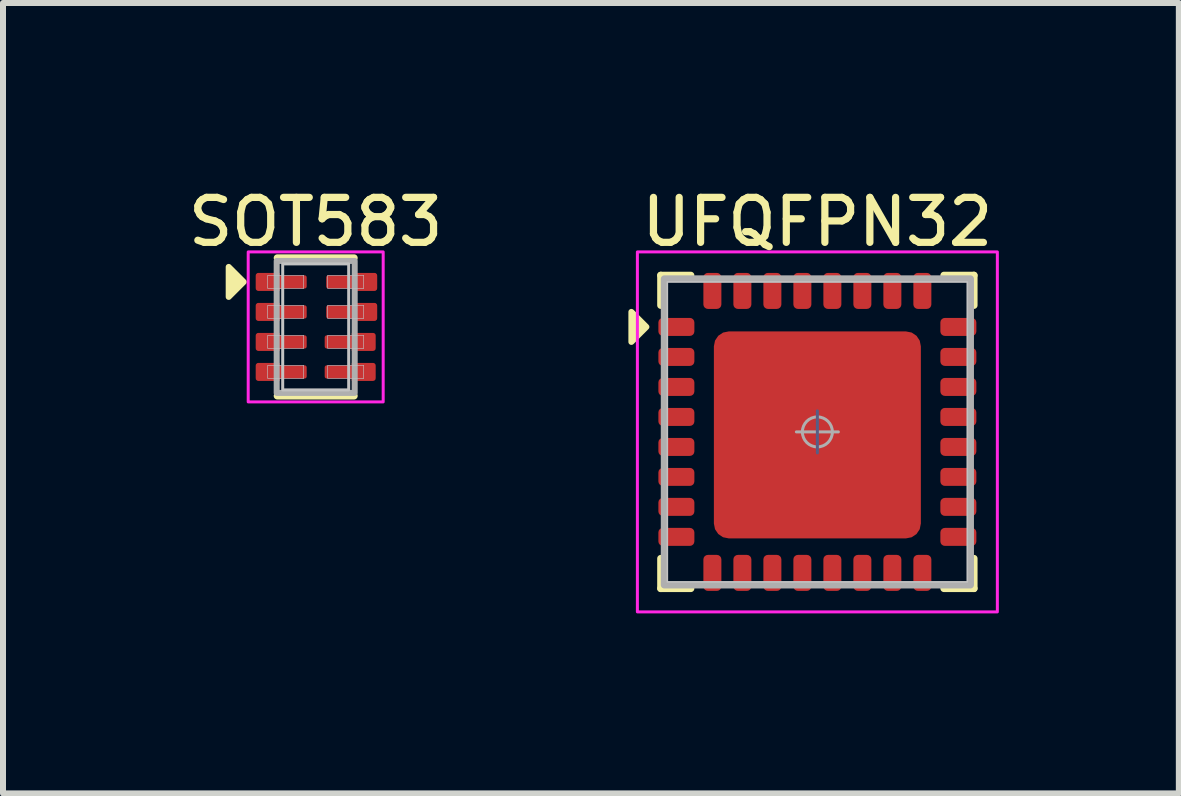
<source format=kicad_pcb>
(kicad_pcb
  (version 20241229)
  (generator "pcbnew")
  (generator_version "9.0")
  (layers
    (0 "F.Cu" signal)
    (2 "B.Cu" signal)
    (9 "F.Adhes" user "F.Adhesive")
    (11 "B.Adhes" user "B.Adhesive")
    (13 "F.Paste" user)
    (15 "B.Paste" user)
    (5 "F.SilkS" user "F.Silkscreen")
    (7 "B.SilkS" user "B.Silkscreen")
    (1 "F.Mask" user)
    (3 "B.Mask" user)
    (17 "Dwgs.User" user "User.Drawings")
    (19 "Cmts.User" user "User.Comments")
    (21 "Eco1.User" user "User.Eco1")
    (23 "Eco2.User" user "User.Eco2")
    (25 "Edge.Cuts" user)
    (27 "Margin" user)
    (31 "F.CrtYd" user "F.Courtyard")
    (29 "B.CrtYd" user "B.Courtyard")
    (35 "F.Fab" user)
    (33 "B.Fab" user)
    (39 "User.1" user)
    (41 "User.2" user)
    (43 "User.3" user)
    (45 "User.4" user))
  (footprint "SOT583"
    (layer "F.Cu")
    (at 2.212 2.399)
    (property "Reference" "SOT583" (at 0 -1.75 0) (unlocked yes) (layer "F.SilkS") (effects (font (size 0.75 0.75) (thickness 0.12))))
    (attr smd)
    (fp_line (start 0.64 -1.15) (end -0.64 -1.15) (stroke (width 0.12) (type solid)) (layer "F.SilkS"))
    (fp_line (start 0.64 1.15) (end -0.64 1.15) (stroke (width 0.12) (type solid)) (layer "F.SilkS"))
    (fp_poly (pts (xy -1.2 -0.75) (xy -1.45 -0.5) (xy -1.45 -1)) (stroke (width 0.1) (type solid)) (fill yes) (layer "F.SilkS"))
    (fp_rect (start -0.8 -0.86) (end -0.2 -0.64) (stroke (width 0.01) (type solid)) (fill no) (layer "Dwgs.User"))
    (fp_rect (start -0.8 -0.36) (end -0.2 -0.14) (stroke (width 0.01) (type solid)) (fill no) (layer "Dwgs.User"))
    (fp_rect (start -0.8 0.14) (end -0.2 0.36) (stroke (width 0.01) (type solid)) (fill no) (layer "Dwgs.User"))
    (fp_rect (start -0.8 0.64) (end -0.2 0.86) (stroke (width 0.01) (type solid)) (fill no) (layer "Dwgs.User"))
    (fp_rect (start -0.55 -1.05) (end 0.55 1.05) (stroke (width 0.05) (type solid)) (fill no) (layer "Dwgs.User"))
    (fp_rect (start 0.2 -0.86) (end 0.8 -0.64) (stroke (width 0.01) (type solid)) (fill no) (layer "Dwgs.User"))
    (fp_rect (start 0.2 -0.36) (end 0.8 -0.14) (stroke (width 0.01) (type solid)) (fill no) (layer "Dwgs.User"))
    (fp_rect (start 0.2 0.14) (end 0.8 0.36) (stroke (width 0.01) (type solid)) (fill no) (layer "Dwgs.User"))
    (fp_rect (start 0.2 0.64) (end 0.8 0.86) (stroke (width 0.01) (type solid)) (fill no) (layer "Dwgs.User"))
    (fp_rect (start -1.125 -1.25) (end 1.125 1.25) (stroke (width 0.05) (type default)) (fill no) (layer "F.CrtYd"))
    (fp_rect (start -0.65 -1.1) (end 0.65 1.1) (stroke (width 0.1) (type solid)) (fill no) (layer "F.Fab"))
    (pad "1" smd custom (at -0.575 -0.75) (size 0.22 0.22) (layers "F.Cu" "F.Mask" "F.Paste") (options (anchor circle)) (primitives (gr_poly (pts (xy -0.425 -0.077) (xy -0.422 -0.09) (xy -0.415 -0.1) (xy -0.405 -0.107) (xy -0.392 -0.11) (xy 0.392 -0.11) (xy 0.405 -0.107) (xy 0.415 -0.1) (xy 0.422 -0.09) (xy 0.425 -0.077) (xy 0.425 0.077) (xy 0.422 0.09) (xy 0.415 0.1) (xy 0.405 0.107) (xy 0.392 0.11) (xy -0.392 0.11) (xy -0.405 0.107) (xy -0.415 0.1) (xy -0.422 0.09) (xy -0.425 0.077)) (width 0) (fill yes)) (gr_circle (center -0.385 0.11) (end -0.425 0.11) (width 0) (fill yes)) (gr_circle (center -0.385 -0.11) (end -0.425 -0.11) (width 0) (fill yes)) (gr_poly (pts (xy -0.425 0.11) (xy -0.425 -0.11) (xy -0.385 -0.15) (xy -0.025 -0.15) (xy -0.025 0.15) (xy -0.385 0.15)) (width 0) (fill yes))))
    (pad "2" smd custom (at -0.575 -0.25) (size 0.22 0.22) (layers "F.Cu" "F.Mask" "F.Paste") (options (anchor circle)) (primitives (gr_poly (pts (xy -0.425 -0.077) (xy -0.422 -0.09) (xy -0.415 -0.1) (xy -0.405 -0.107) (xy -0.392 -0.11) (xy 0.392 -0.11) (xy 0.405 -0.107) (xy 0.415 -0.1) (xy 0.422 -0.09) (xy 0.425 -0.077) (xy 0.425 0.077) (xy 0.422 0.09) (xy 0.415 0.1) (xy 0.405 0.107) (xy 0.392 0.11) (xy -0.392 0.11) (xy -0.405 0.107) (xy -0.415 0.1) (xy -0.422 0.09) (xy -0.425 0.077)) (width 0) (fill yes)) (gr_circle (center -0.385 0.11) (end -0.425 0.11) (width 0) (fill yes)) (gr_circle (center -0.385 -0.11) (end -0.425 -0.11) (width 0) (fill yes)) (gr_poly (pts (xy -0.425 0.11) (xy -0.425 -0.11) (xy -0.385 -0.15) (xy -0.025 -0.15) (xy -0.025 0.15) (xy -0.385 0.15)) (width 0) (fill yes))))
    (pad "3" smd custom (at -0.575 0.25) (size 0.22 0.22) (layers "F.Cu" "F.Mask" "F.Paste") (options (anchor circle)) (primitives (gr_poly (pts (xy -0.425 -0.077) (xy -0.422 -0.09) (xy -0.415 -0.1) (xy -0.405 -0.107) (xy -0.392 -0.11) (xy 0.392 -0.11) (xy 0.405 -0.107) (xy 0.415 -0.1) (xy 0.422 -0.09) (xy 0.425 -0.077) (xy 0.425 0.077) (xy 0.422 0.09) (xy 0.415 0.1) (xy 0.405 0.107) (xy 0.392 0.11) (xy -0.392 0.11) (xy -0.405 0.107) (xy -0.415 0.1) (xy -0.422 0.09) (xy -0.425 0.077)) (width 0) (fill yes)) (gr_circle (center -0.385 0.11) (end -0.425 0.11) (width 0) (fill yes)) (gr_circle (center -0.385 -0.11) (end -0.425 -0.11) (width 0) (fill yes)) (gr_poly (pts (xy -0.425 0.11) (xy -0.425 -0.11) (xy -0.385 -0.15) (xy -0.025 -0.15) (xy -0.025 0.15) (xy -0.385 0.15)) (width 0) (fill yes))))
    (pad "4" smd custom (at -0.575 0.75) (size 0.22 0.22) (layers "F.Cu" "F.Mask" "F.Paste") (options (anchor circle)) (primitives (gr_poly (pts (xy -0.425 -0.077) (xy -0.422 -0.09) (xy -0.415 -0.1) (xy -0.405 -0.107) (xy -0.392 -0.11) (xy 0.392 -0.11) (xy 0.405 -0.107) (xy 0.415 -0.1) (xy 0.422 -0.09) (xy 0.425 -0.077) (xy 0.425 0.077) (xy 0.422 0.09) (xy 0.415 0.1) (xy 0.405 0.107) (xy 0.392 0.11) (xy -0.392 0.11) (xy -0.405 0.107) (xy -0.415 0.1) (xy -0.422 0.09) (xy -0.425 0.077)) (width 0) (fill yes)) (gr_circle (center -0.385 0.11) (end -0.425 0.11) (width 0) (fill yes)) (gr_circle (center -0.385 -0.11) (end -0.425 -0.11) (width 0) (fill yes)) (gr_poly (pts (xy -0.425 0.11) (xy -0.425 -0.11) (xy -0.385 -0.15) (xy -0.025 -0.15) (xy -0.025 0.15) (xy -0.385 0.15)) (width 0) (fill yes))))
    (pad "5" smd custom (at 0.575 0.75 180) (size 0.22 0.22) (layers "F.Cu" "F.Mask" "F.Paste") (options (anchor circle)) (primitives (gr_poly (pts (xy -0.425 -0.077) (xy -0.422 -0.09) (xy -0.415 -0.1) (xy -0.405 -0.107) (xy -0.392 -0.11) (xy 0.392 -0.11) (xy 0.405 -0.107) (xy 0.415 -0.1) (xy 0.422 -0.09) (xy 0.425 -0.077) (xy 0.425 0.077) (xy 0.422 0.09) (xy 0.415 0.1) (xy 0.405 0.107) (xy 0.392 0.11) (xy -0.392 0.11) (xy -0.405 0.107) (xy -0.415 0.1) (xy -0.422 0.09) (xy -0.425 0.077)) (width 0) (fill yes)) (gr_circle (center -0.385 0.11) (end -0.425 0.11) (width 0) (fill yes)) (gr_circle (center -0.385 -0.11) (end -0.425 -0.11) (width 0) (fill yes)) (gr_poly (pts (xy -0.425 0.11) (xy -0.425 -0.11) (xy -0.385 -0.15) (xy -0.025 -0.15) (xy -0.025 0.15) (xy -0.385 0.15)) (width 0) (fill yes))))
    (pad "6" smd custom (at 0.575 0.25 180) (size 0.22 0.22) (layers "F.Cu" "F.Mask" "F.Paste") (options (anchor circle)) (primitives (gr_poly (pts (xy -0.425 -0.077) (xy -0.422 -0.09) (xy -0.415 -0.1) (xy -0.405 -0.107) (xy -0.392 -0.11) (xy 0.392 -0.11) (xy 0.405 -0.107) (xy 0.415 -0.1) (xy 0.422 -0.09) (xy 0.425 -0.077) (xy 0.425 0.077) (xy 0.422 0.09) (xy 0.415 0.1) (xy 0.405 0.107) (xy 0.392 0.11) (xy -0.392 0.11) (xy -0.405 0.107) (xy -0.415 0.1) (xy -0.422 0.09) (xy -0.425 0.077)) (width 0) (fill yes)) (gr_circle (center -0.385 0.11) (end -0.425 0.11) (width 0) (fill yes)) (gr_circle (center -0.385 -0.11) (end -0.425 -0.11) (width 0) (fill yes)) (gr_poly (pts (xy -0.425 0.11) (xy -0.425 -0.11) (xy -0.385 -0.15) (xy -0.025 -0.15) (xy -0.025 0.15) (xy -0.385 0.15)) (width 0) (fill yes))))
    (pad "7" smd custom (at 0.6 -0.25 180) (size 0.22 0.22) (layers "F.Cu" "F.Mask" "F.Paste") (options (anchor circle)) (primitives (gr_poly (pts (xy -0.425 -0.077) (xy -0.422 -0.09) (xy -0.415 -0.1) (xy -0.405 -0.107) (xy -0.392 -0.11) (xy 0.392 -0.11) (xy 0.405 -0.107) (xy 0.415 -0.1) (xy 0.422 -0.09) (xy 0.425 -0.077) (xy 0.425 0.077) (xy 0.422 0.09) (xy 0.415 0.1) (xy 0.405 0.107) (xy 0.392 0.11) (xy -0.392 0.11) (xy -0.405 0.107) (xy -0.415 0.1) (xy -0.422 0.09) (xy -0.425 0.077)) (width 0) (fill yes)) (gr_circle (center -0.385 0.11) (end -0.425 0.11) (width 0) (fill yes)) (gr_circle (center -0.385 -0.11) (end -0.425 -0.11) (width 0) (fill yes)) (gr_poly (pts (xy -0.425 0.11) (xy -0.425 -0.11) (xy -0.385 -0.15) (xy -0.025 -0.15) (xy -0.025 0.15) (xy -0.385 0.15)) (width 0) (fill yes))))
    (pad "8" smd custom (at 0.6 -0.75 180) (size 0.22 0.22) (layers "F.Cu" "F.Mask" "F.Paste") (options (anchor circle)) (primitives (gr_poly (pts (xy -0.425 -0.077) (xy -0.422 -0.09) (xy -0.415 -0.1) (xy -0.405 -0.107) (xy -0.392 -0.11) (xy 0.392 -0.11) (xy 0.405 -0.107) (xy 0.415 -0.1) (xy 0.422 -0.09) (xy 0.425 -0.077) (xy 0.425 0.077) (xy 0.422 0.09) (xy 0.415 0.1) (xy 0.405 0.107) (xy 0.392 0.11) (xy -0.392 0.11) (xy -0.405 0.107) (xy -0.415 0.1) (xy -0.422 0.09) (xy -0.425 0.077)) (width 0) (fill yes)) (gr_circle (center -0.385 0.11) (end -0.425 0.11) (width 0) (fill yes)) (gr_circle (center -0.385 -0.11) (end -0.425 -0.11) (width 0) (fill yes)) (gr_poly (pts (xy -0.425 0.11) (xy -0.425 -0.11) (xy -0.385 -0.15) (xy -0.025 -0.15) (xy -0.025 0.15) (xy -0.385 0.15)) (width 0) (fill yes)))))
  (footprint "UFQFPN32"
    (layer "F.Cu")
    (at 10.574 4.149)
    (property "Reference" "UFQFPN32" (at 0 -3.5 0) (unlocked yes) (layer "F.SilkS") (effects (font (size 0.75 0.75) (thickness 0.12))))
    (attr smd)
    (fp_line (start -2.61 -2.61) (end -2.61 -2.11) (stroke (width 0.12) (type solid)) (layer "F.SilkS"))
    (fp_line (start -2.61 -2.61) (end -2.11 -2.61) (stroke (width 0.12) (type solid)) (layer "F.SilkS"))
    (fp_line (start -2.61 2.61) (end -2.61 2.11) (stroke (width 0.12) (type solid)) (layer "F.SilkS"))
    (fp_line (start -2.61 2.61) (end -2.11 2.61) (stroke (width 0.12) (type solid)) (layer "F.SilkS"))
    (fp_line (start 2.61 -2.61) (end 2.11 -2.61) (stroke (width 0.12) (type solid)) (layer "F.SilkS"))
    (fp_line (start 2.61 -2.61) (end 2.61 -2.11) (stroke (width 0.12) (type solid)) (layer "F.SilkS"))
    (fp_line (start 2.61 2.61) (end 2.11 2.61) (stroke (width 0.12) (type solid)) (layer "F.SilkS"))
    (fp_line (start 2.61 2.61) (end 2.61 2.11) (stroke (width 0.12) (type solid)) (layer "F.SilkS"))
    (fp_poly (pts (xy -2.85 -1.75) (xy -3.1 -1.5) (xy -3.1 -2)) (stroke (width 0.1) (type solid)) (fill yes) (layer "F.SilkS"))
    (fp_rect (start -2.5 -2.5) (end 2.5 2.5) (stroke (width 0.025) (type default)) (fill no) (layer "Dwgs.User"))
    (fp_rect (start -3 -3) (end 3 3) (stroke (width 0.05) (type default)) (fill no) (layer "F.CrtYd"))
    (fp_line (start 0 -0.35) (end 0 0.35) (stroke (width 0.05) (type solid)) (layer "B.Fab"))
    (fp_line (start 0.35 0) (end -0.35 0) (stroke (width 0.05) (type solid)) (layer "F.Fab"))
    (fp_rect (start -2.55 -2.55) (end 2.55 2.55) (stroke (width 0.12) (type default)) (fill no) (layer "F.Fab"))
    (fp_circle (center 0 0) (end 0.25 0) (stroke (width 0.05) (type solid)) (fill no) (layer "F.Fab"))
    (pad "1" smd roundrect (at -2.35 -1.75) (size 0.6 0.3) (layers "F.Cu" "F.Mask" "F.Paste") (roundrect_rratio 0.25))
    (pad "2" smd roundrect (at -2.35 -1.25) (size 0.6 0.3) (layers "F.Cu" "F.Mask" "F.Paste") (roundrect_rratio 0.25))
    (pad "3" smd roundrect (at -2.35 -0.75) (size 0.6 0.3) (layers "F.Cu" "F.Mask" "F.Paste") (roundrect_rratio 0.25))
    (pad "4" smd roundrect (at -2.35 -0.25) (size 0.6 0.3) (layers "F.Cu" "F.Mask" "F.Paste") (roundrect_rratio 0.25))
    (pad "5" smd roundrect (at -2.35 0.25) (size 0.6 0.3) (layers "F.Cu" "F.Mask" "F.Paste") (roundrect_rratio 0.25))
    (pad "6" smd roundrect (at -2.35 0.75) (size 0.6 0.3) (layers "F.Cu" "F.Mask" "F.Paste") (roundrect_rratio 0.25))
    (pad "7" smd roundrect (at -2.35 1.25) (size 0.6 0.3) (layers "F.Cu" "F.Mask" "F.Paste") (roundrect_rratio 0.25))
    (pad "8" smd roundrect (at -2.35 1.75) (size 0.6 0.3) (layers "F.Cu" "F.Mask" "F.Paste") (roundrect_rratio 0.25))
    (pad "9" smd roundrect (at -1.75 2.35 270) (size 0.6 0.3) (layers "F.Cu" "F.Mask" "F.Paste") (roundrect_rratio 0.25))
    (pad "10" smd roundrect (at -1.25 2.35 270) (size 0.6 0.3) (layers "F.Cu" "F.Mask" "F.Paste") (roundrect_rratio 0.25))
    (pad "11" smd roundrect (at -0.75 2.35 270) (size 0.6 0.3) (layers "F.Cu" "F.Mask" "F.Paste") (roundrect_rratio 0.25))
    (pad "12" smd roundrect (at -0.25 2.35 270) (size 0.6 0.3) (layers "F.Cu" "F.Mask" "F.Paste") (roundrect_rratio 0.25))
    (pad "13" smd roundrect (at 0.25 2.35 270) (size 0.6 0.3) (layers "F.Cu" "F.Mask" "F.Paste") (roundrect_rratio 0.25))
    (pad "14" smd roundrect (at 0.75 2.35 270) (size 0.6 0.3) (layers "F.Cu" "F.Mask" "F.Paste") (roundrect_rratio 0.25))
    (pad "15" smd roundrect (at 1.25 2.35 270) (size 0.6 0.3) (layers "F.Cu" "F.Mask" "F.Paste") (roundrect_rratio 0.25))
    (pad "16" smd roundrect (at 1.75 2.35 270) (size 0.6 0.3) (layers "F.Cu" "F.Mask" "F.Paste") (roundrect_rratio 0.25))
    (pad "17" smd roundrect (at 2.35 1.75) (size 0.6 0.3) (layers "F.Cu" "F.Mask" "F.Paste") (roundrect_rratio 0.25))
    (pad "18" smd roundrect (at 2.35 1.25) (size 0.6 0.3) (layers "F.Cu" "F.Mask" "F.Paste") (roundrect_rratio 0.25))
    (pad "19" smd roundrect (at 2.35 0.75) (size 0.6 0.3) (layers "F.Cu" "F.Mask" "F.Paste") (roundrect_rratio 0.25))
    (pad "20" smd roundrect (at 2.35 0.25) (size 0.6 0.3) (layers "F.Cu" "F.Mask" "F.Paste") (roundrect_rratio 0.25))
    (pad "21" smd roundrect (at 2.35 -0.25) (size 0.6 0.3) (layers "F.Cu" "F.Mask" "F.Paste") (roundrect_rratio 0.25))
    (pad "22" smd roundrect (at 2.35 -0.75) (size 0.6 0.3) (layers "F.Cu" "F.Mask" "F.Paste") (roundrect_rratio 0.25))
    (pad "23" smd roundrect (at 2.35 -1.25) (size 0.6 0.3) (layers "F.Cu" "F.Mask" "F.Paste") (roundrect_rratio 0.25))
    (pad "24" smd roundrect (at 2.35 -1.75) (size 0.6 0.3) (layers "F.Cu" "F.Mask" "F.Paste") (roundrect_rratio 0.25))
    (pad "25" smd roundrect (at 1.75 -2.35 90) (size 0.6 0.3) (layers "F.Cu" "F.Mask" "F.Paste") (roundrect_rratio 0.25))
    (pad "26" smd roundrect (at 1.25 -2.35 90) (size 0.6 0.3) (layers "F.Cu" "F.Mask" "F.Paste") (roundrect_rratio 0.25))
    (pad "27" smd roundrect (at 0.75 -2.35 90) (size 0.6 0.3) (layers "F.Cu" "F.Mask" "F.Paste") (roundrect_rratio 0.25))
    (pad "28" smd roundrect (at 0.25 -2.35 90) (size 0.6 0.3) (layers "F.Cu" "F.Mask" "F.Paste") (roundrect_rratio 0.25))
    (pad "29" smd roundrect (at -0.25 -2.35 90) (size 0.6 0.3) (layers "F.Cu" "F.Mask" "F.Paste") (roundrect_rratio 0.25))
    (pad "30" smd roundrect (at -0.75 -2.35 90) (size 0.6 0.3) (layers "F.Cu" "F.Mask" "F.Paste") (roundrect_rratio 0.25))
    (pad "31" smd roundrect (at -1.25 -2.35 90) (size 0.6 0.3) (layers "F.Cu" "F.Mask" "F.Paste") (roundrect_rratio 0.25))
    (pad "32" smd roundrect (at -1.75 -2.35 90) (size 0.6 0.3) (layers "F.Cu" "F.Mask" "F.Paste") (roundrect_rratio 0.25))
    (pad "33" smd roundrect (at 0 0.05 180) (size 3.45 3.45) (layers "F.Cu" "F.Mask" "F.Paste") (roundrect_rratio 0.072)))
  (gr_rect
    (start -3 -3)
    (end 16.599 10.174)
    (stroke (width 0.1) (type default))
    (fill no)
    (layer "Edge.Cuts")))
</source>
